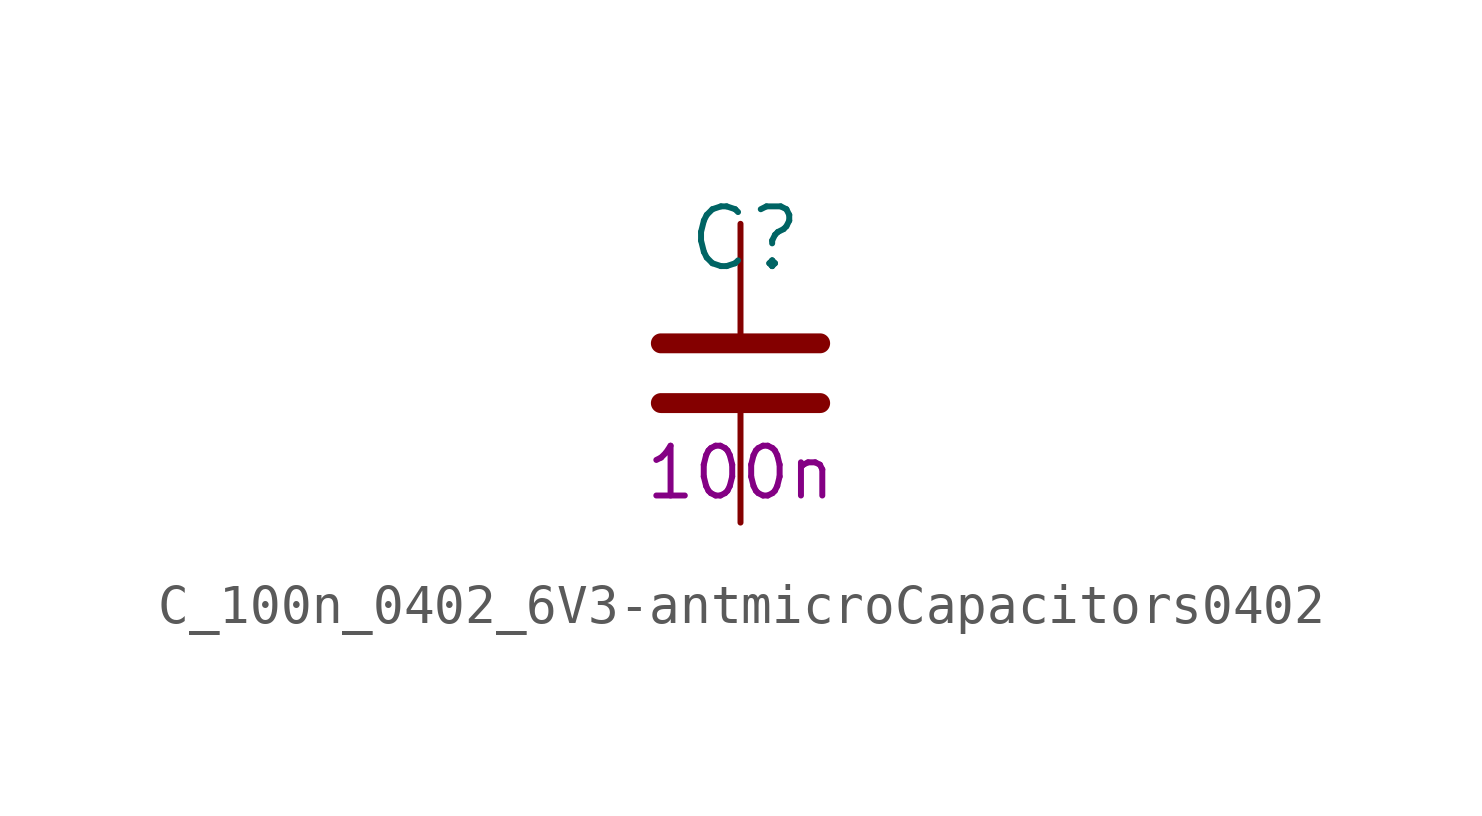
<source format=kicad_sym>
(kicad_symbol_lib
  (version 20211014)
  (generator kicad_symbol_editor)
  (symbol "C_100n_0402_6V3-antmicroCapacitors0402"
    (pin_names
      (offset 0))
    (property "Reference" "C"
      (at -1.397 3.429 0)
      (effects (font (size 1.524 1.524)) (justify left)))
    (property "Val" "100n"
      (at 0 -2.54 0)
      (effects (font (size 1.27 1.27))))
    (symbol "C_100n_0402_6V3-antmicroCapacitors0402_1_1"
      (polyline (pts (xy -2.032 -0.762) (xy 2.032 -0.762)) (stroke (width 0.508) (type default) (color 0 0 0 0)) (fill (type none)))
      (polyline (pts (xy -2.032 0.762) (xy 2.032 0.762)) (stroke (width 0.508) (type default) (color 0 0 0 0)) (fill (type none)))
      (pin passive line (at 0 3.81 270) (length 2.794) (name "~" (effects (font (size 0 0)))) (number "1" (effects (font (size 0 0)))))
      (pin passive line (at 0 -3.81 90) (length 2.794) (name "~" (effects (font (size 0 0)))) (number "2" (effects (font (size 0 0))))))))
</source>
